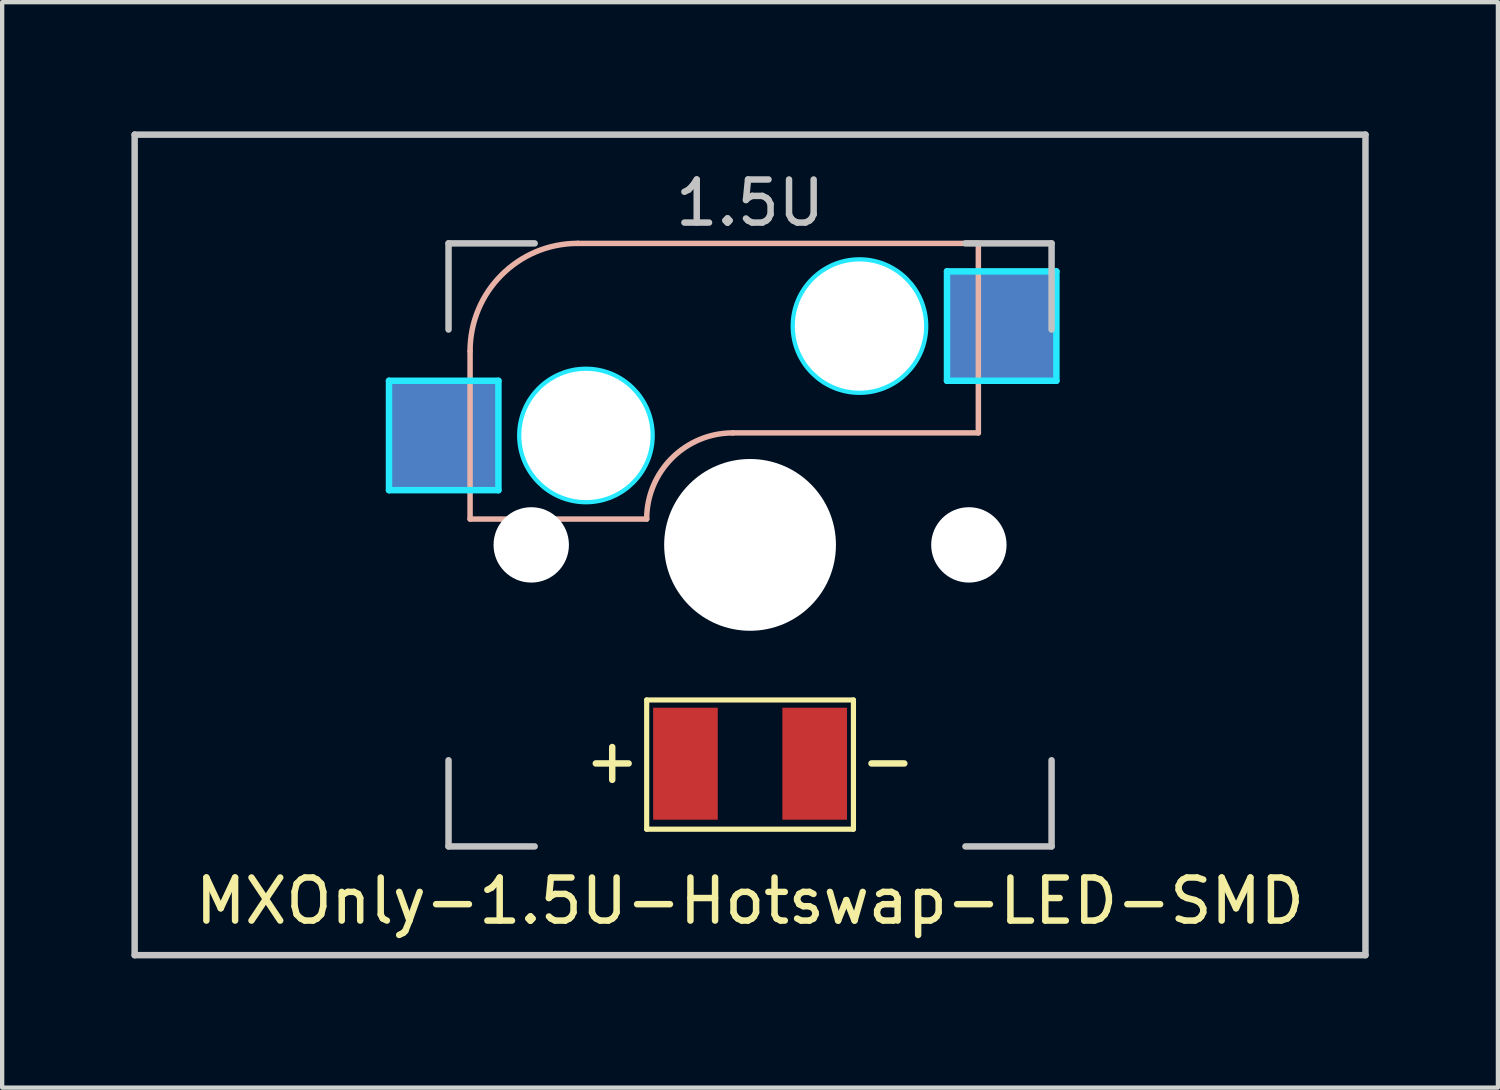
<source format=kicad_pcb>
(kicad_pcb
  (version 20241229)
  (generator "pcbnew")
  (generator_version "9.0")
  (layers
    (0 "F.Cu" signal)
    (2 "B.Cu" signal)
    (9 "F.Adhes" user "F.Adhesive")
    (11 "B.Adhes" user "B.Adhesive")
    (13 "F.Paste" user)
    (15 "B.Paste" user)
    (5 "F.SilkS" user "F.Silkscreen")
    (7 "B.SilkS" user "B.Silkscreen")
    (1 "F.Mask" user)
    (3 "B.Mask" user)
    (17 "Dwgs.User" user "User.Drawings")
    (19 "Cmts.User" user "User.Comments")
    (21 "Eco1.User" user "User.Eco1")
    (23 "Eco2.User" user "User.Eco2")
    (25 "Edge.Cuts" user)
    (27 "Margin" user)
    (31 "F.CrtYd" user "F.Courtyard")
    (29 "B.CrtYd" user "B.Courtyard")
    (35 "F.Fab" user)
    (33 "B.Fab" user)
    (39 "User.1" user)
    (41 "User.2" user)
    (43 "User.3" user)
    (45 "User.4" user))
  (footprint "MXOnly-1.5U-Hotswap-LED-SMD"
    (layer "F.Cu")
    (at 14.363 9.6)
    (property "Reference" "MXOnly-1.5U-Hotswap-LED-SMD" (at -0.003 8.267 0) (unlocked yes) (layer "F.SilkS") (effects (font (size 1 1) (thickness 0.15))))
    (attr through_hole)
    (fp_line (start -2.4 3.6) (end -2.4 6.6) (stroke (width 0.12) (type solid)) (layer "F.SilkS"))
    (fp_line (start -2.4 6.6) (end 2.4 6.6) (stroke (width 0.12) (type solid)) (layer "F.SilkS"))
    (fp_line (start 2.4 3.6) (end -2.4 3.6) (stroke (width 0.12) (type solid)) (layer "F.SilkS"))
    (fp_line (start 2.4 6.6) (end 2.4 3.6) (stroke (width 0.12) (type solid)) (layer "F.SilkS"))
    (fp_line (start -6.5 -4.5) (end -6.5 -0.6) (stroke (width 0.127) (type solid)) (layer "B.SilkS"))
    (fp_line (start -6.5 -0.6) (end -2.4 -0.6) (stroke (width 0.127) (type solid)) (layer "B.SilkS"))
    (fp_line (start -0.4 -2.6) (end 5.3 -2.6) (stroke (width 0.127) (type solid)) (layer "B.SilkS"))
    (fp_line (start 5.3 -7) (end -4 -7) (stroke (width 0.127) (type solid)) (layer "B.SilkS"))
    (fp_line (start 5.3 -7) (end 5.3 -2.6) (stroke (width 0.127) (type solid)) (layer "B.SilkS"))
    (fp_arc (start -6.5 -4.5) (mid -5.767767 -6.267767) (end -4 -7) (stroke (width 0.127) (type solid)) (layer "B.SilkS"))
    (fp_arc (start -2.4 -0.6) (mid -1.814214 -2.014214) (end -0.4 -2.6) (stroke (width 0.127) (type solid)) (layer "B.SilkS"))
    (fp_line (start -14.287 -9.525) (end 14.287 -9.525) (stroke (width 0.15) (type solid)) (layer "Dwgs.User"))
    (fp_line (start -14.287 9.525) (end -14.287 -9.525) (stroke (width 0.15) (type solid)) (layer "Dwgs.User"))
    (fp_line (start -7 -7) (end -7 -5) (stroke (width 0.15) (type solid)) (layer "Dwgs.User"))
    (fp_line (start -7 5) (end -7 7) (stroke (width 0.15) (type solid)) (layer "Dwgs.User"))
    (fp_line (start -7 7) (end -5 7) (stroke (width 0.15) (type solid)) (layer "Dwgs.User"))
    (fp_line (start -5 -7) (end -7 -7) (stroke (width 0.15) (type solid)) (layer "Dwgs.User"))
    (fp_line (start 5 -7) (end 7 -7) (stroke (width 0.15) (type solid)) (layer "Dwgs.User"))
    (fp_line (start 5 7) (end 7 7) (stroke (width 0.15) (type solid)) (layer "Dwgs.User"))
    (fp_line (start 7 -7) (end 7 -5) (stroke (width 0.15) (type solid)) (layer "Dwgs.User"))
    (fp_line (start 7 7) (end 7 5) (stroke (width 0.15) (type solid)) (layer "Dwgs.User"))
    (fp_line (start 14.287 -9.525) (end 14.287 9.525) (stroke (width 0.15) (type solid)) (layer "Dwgs.User"))
    (fp_line (start 14.287 9.525) (end -14.287 9.525) (stroke (width 0.15) (type solid)) (layer "Dwgs.User"))
    (fp_line (start -8.382 -3.81) (end -5.842 -3.81) (stroke (width 0.15) (type solid)) (layer "B.CrtYd"))
    (fp_line (start -8.382 -1.27) (end -8.382 -3.81) (stroke (width 0.15) (type solid)) (layer "B.CrtYd"))
    (fp_line (start -5.842 -3.81) (end -5.842 -1.27) (stroke (width 0.15) (type solid)) (layer "B.CrtYd"))
    (fp_line (start -5.842 -1.27) (end -8.382 -1.27) (stroke (width 0.15) (type solid)) (layer "B.CrtYd"))
    (fp_line (start 4.572 -6.35) (end 7.112 -6.35) (stroke (width 0.15) (type solid)) (layer "B.CrtYd"))
    (fp_line (start 4.572 -3.81) (end 4.572 -6.35) (stroke (width 0.15) (type solid)) (layer "B.CrtYd"))
    (fp_line (start 7.112 -6.35) (end 7.112 -3.81) (stroke (width 0.15) (type solid)) (layer "B.CrtYd"))
    (fp_line (start 7.112 -3.81) (end 4.572 -3.81) (stroke (width 0.15) (type solid)) (layer "B.CrtYd"))
    (fp_circle (center -3.81 -2.54) (end -3.81 -4.064) (stroke (width 0.15) (type solid)) (fill no) (layer "B.CrtYd"))
    (fp_circle (center 2.54 -5.08) (end 2.54 -6.604) (stroke (width 0.15) (type solid)) (fill no) (layer "B.CrtYd"))
    (fp_text user "-" (at 3.2 5 0) (layer "F.SilkS") (effects (font (size 1 1) (thickness 0.15))))
    (fp_text user "+" (at -3.2 5 0) (layer "F.SilkS") (effects (font (size 1 1) (thickness 0.15))))
    (fp_text user "1.5U" (at 0 -7.938 0) (layer "Dwgs.User") (effects (font (size 1 1) (thickness 0.15))))
    (pad "" np_thru_hole circle (at -5.08 0 48.1) (size 1.75 1.75) (drill 1.75) (layers "*.Cu" "*.Mask"))
    (pad "" np_thru_hole circle (at -3.81 -2.54) (size 3 3) (drill 3) (layers "*.Cu" "*.Mask"))
    (pad "" np_thru_hole circle (at 0 0) (size 3.988 3.988) (drill 3.988) (layers "*.Cu" "*.Mask"))
    (pad "" np_thru_hole circle (at 2.54 -5.08) (size 3 3) (drill 3) (layers "*.Cu" "*.Mask"))
    (pad "" np_thru_hole circle (at 5.08 0 48.1) (size 1.75 1.75) (drill 1.75) (layers "*.Cu" "*.Mask"))
    (pad "1" smd rect (at -7.085 -2.54) (size 2.55 2.5) (layers "B.Cu" "B.Mask" "B.Paste"))
    (pad "2" smd rect (at 5.842 -5.08) (size 2.55 2.5) (layers "B.Cu" "B.Mask" "B.Paste"))
    (pad "3" smd rect (at -1.5 5.08) (size 1.5 2.6) (layers "F.Cu" "F.Mask" "F.Paste"))
    (pad "4" smd rect (at 1.5 5.08) (size 1.5 2.6) (layers "F.Cu" "F.Mask" "F.Paste")))
  (gr_rect
    (start -3 -3)
    (end 31.725 22.2)
    (stroke (width 0.1) (type default))
    (fill no)
    (layer "Edge.Cuts")))
</source>
